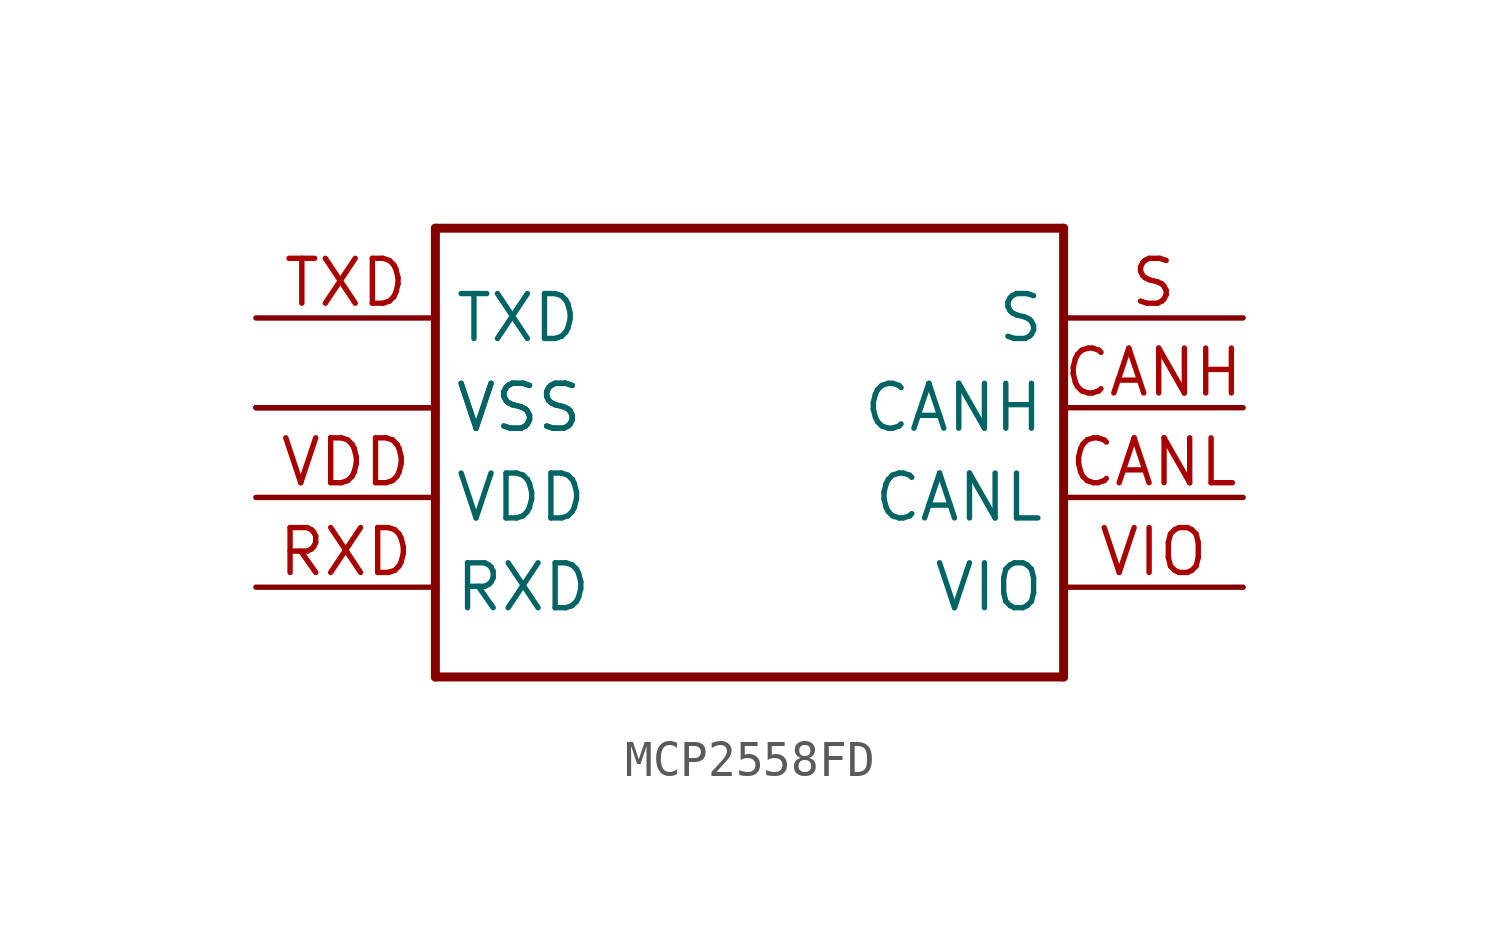
<source format=kicad_sym>
(kicad_symbol_lib
  (version 20220914)
  (generator kicad_symbol_editor)
  (symbol "MCP2558FD"
    (property "Reference" ""
      (at 0 0 0)
      (effects (font (size 1.27 1.27)) hide))
    (property "Value" ""
      (at 0 13.208 0)
      (effects (font (size 1.778 1.511)) (justify left bottom)))
    (property "ki_locked" ""
      (at 0 0 0)
      (effects (font (size 1.27 1.27))))
    (symbol "MCP2558FD_1_0"
      (polyline (pts (xy 0 0) (xy 17.78 0)) (stroke (width 0.254) (type solid)) (fill (type none)))
      (polyline (pts (xy 0 12.7) (xy 0 0)) (stroke (width 0.254) (type solid)) (fill (type none)))
      (polyline (pts (xy 17.78 0) (xy 17.78 12.7)) (stroke (width 0.254) (type solid)) (fill (type none)))
      (polyline (pts (xy 17.78 12.7) (xy 0 12.7)) (stroke (width 0.254) (type solid)) (fill (type none)))
      (pin bidirectional line (at 22.86 7.62 180) (length 5.08) (name "CANH" (effects (font (size 1.27 1.27)))) (number "CANH" (effects (font (size 1.27 1.27)))))
      (pin bidirectional line (at 22.86 5.08 180) (length 5.08) (name "CANL" (effects (font (size 1.27 1.27)))) (number "CANL" (effects (font (size 1.27 1.27)))))
      (pin bidirectional line (at -5.08 7.62 0) (length 5.08) (name "VSS" (effects (font (size 1.27 1.27)))) (number "EP" (effects (font (size 0 0)))))
      (pin bidirectional line (at -5.08 2.54 0) (length 5.08) (name "RXD" (effects (font (size 1.27 1.27)))) (number "RXD" (effects (font (size 1.27 1.27)))))
      (pin bidirectional line (at 22.86 10.16 180) (length 5.08) (name "S" (effects (font (size 1.27 1.27)))) (number "S" (effects (font (size 1.27 1.27)))))
      (pin bidirectional line (at -5.08 10.16 0) (length 5.08) (name "TXD" (effects (font (size 1.27 1.27)))) (number "TXD" (effects (font (size 1.27 1.27)))))
      (pin bidirectional line (at -5.08 5.08 0) (length 5.08) (name "VDD" (effects (font (size 1.27 1.27)))) (number "VDD" (effects (font (size 1.27 1.27)))))
      (pin bidirectional line (at 22.86 2.54 180) (length 5.08) (name "VIO" (effects (font (size 1.27 1.27)))) (number "VIO" (effects (font (size 1.27 1.27)))))
      (pin bidirectional line (at -5.08 7.62 0) (length 5.08) (name "VSS" (effects (font (size 1.27 1.27)))) (number "VSS" (effects (font (size 0 0))))))))
</source>
